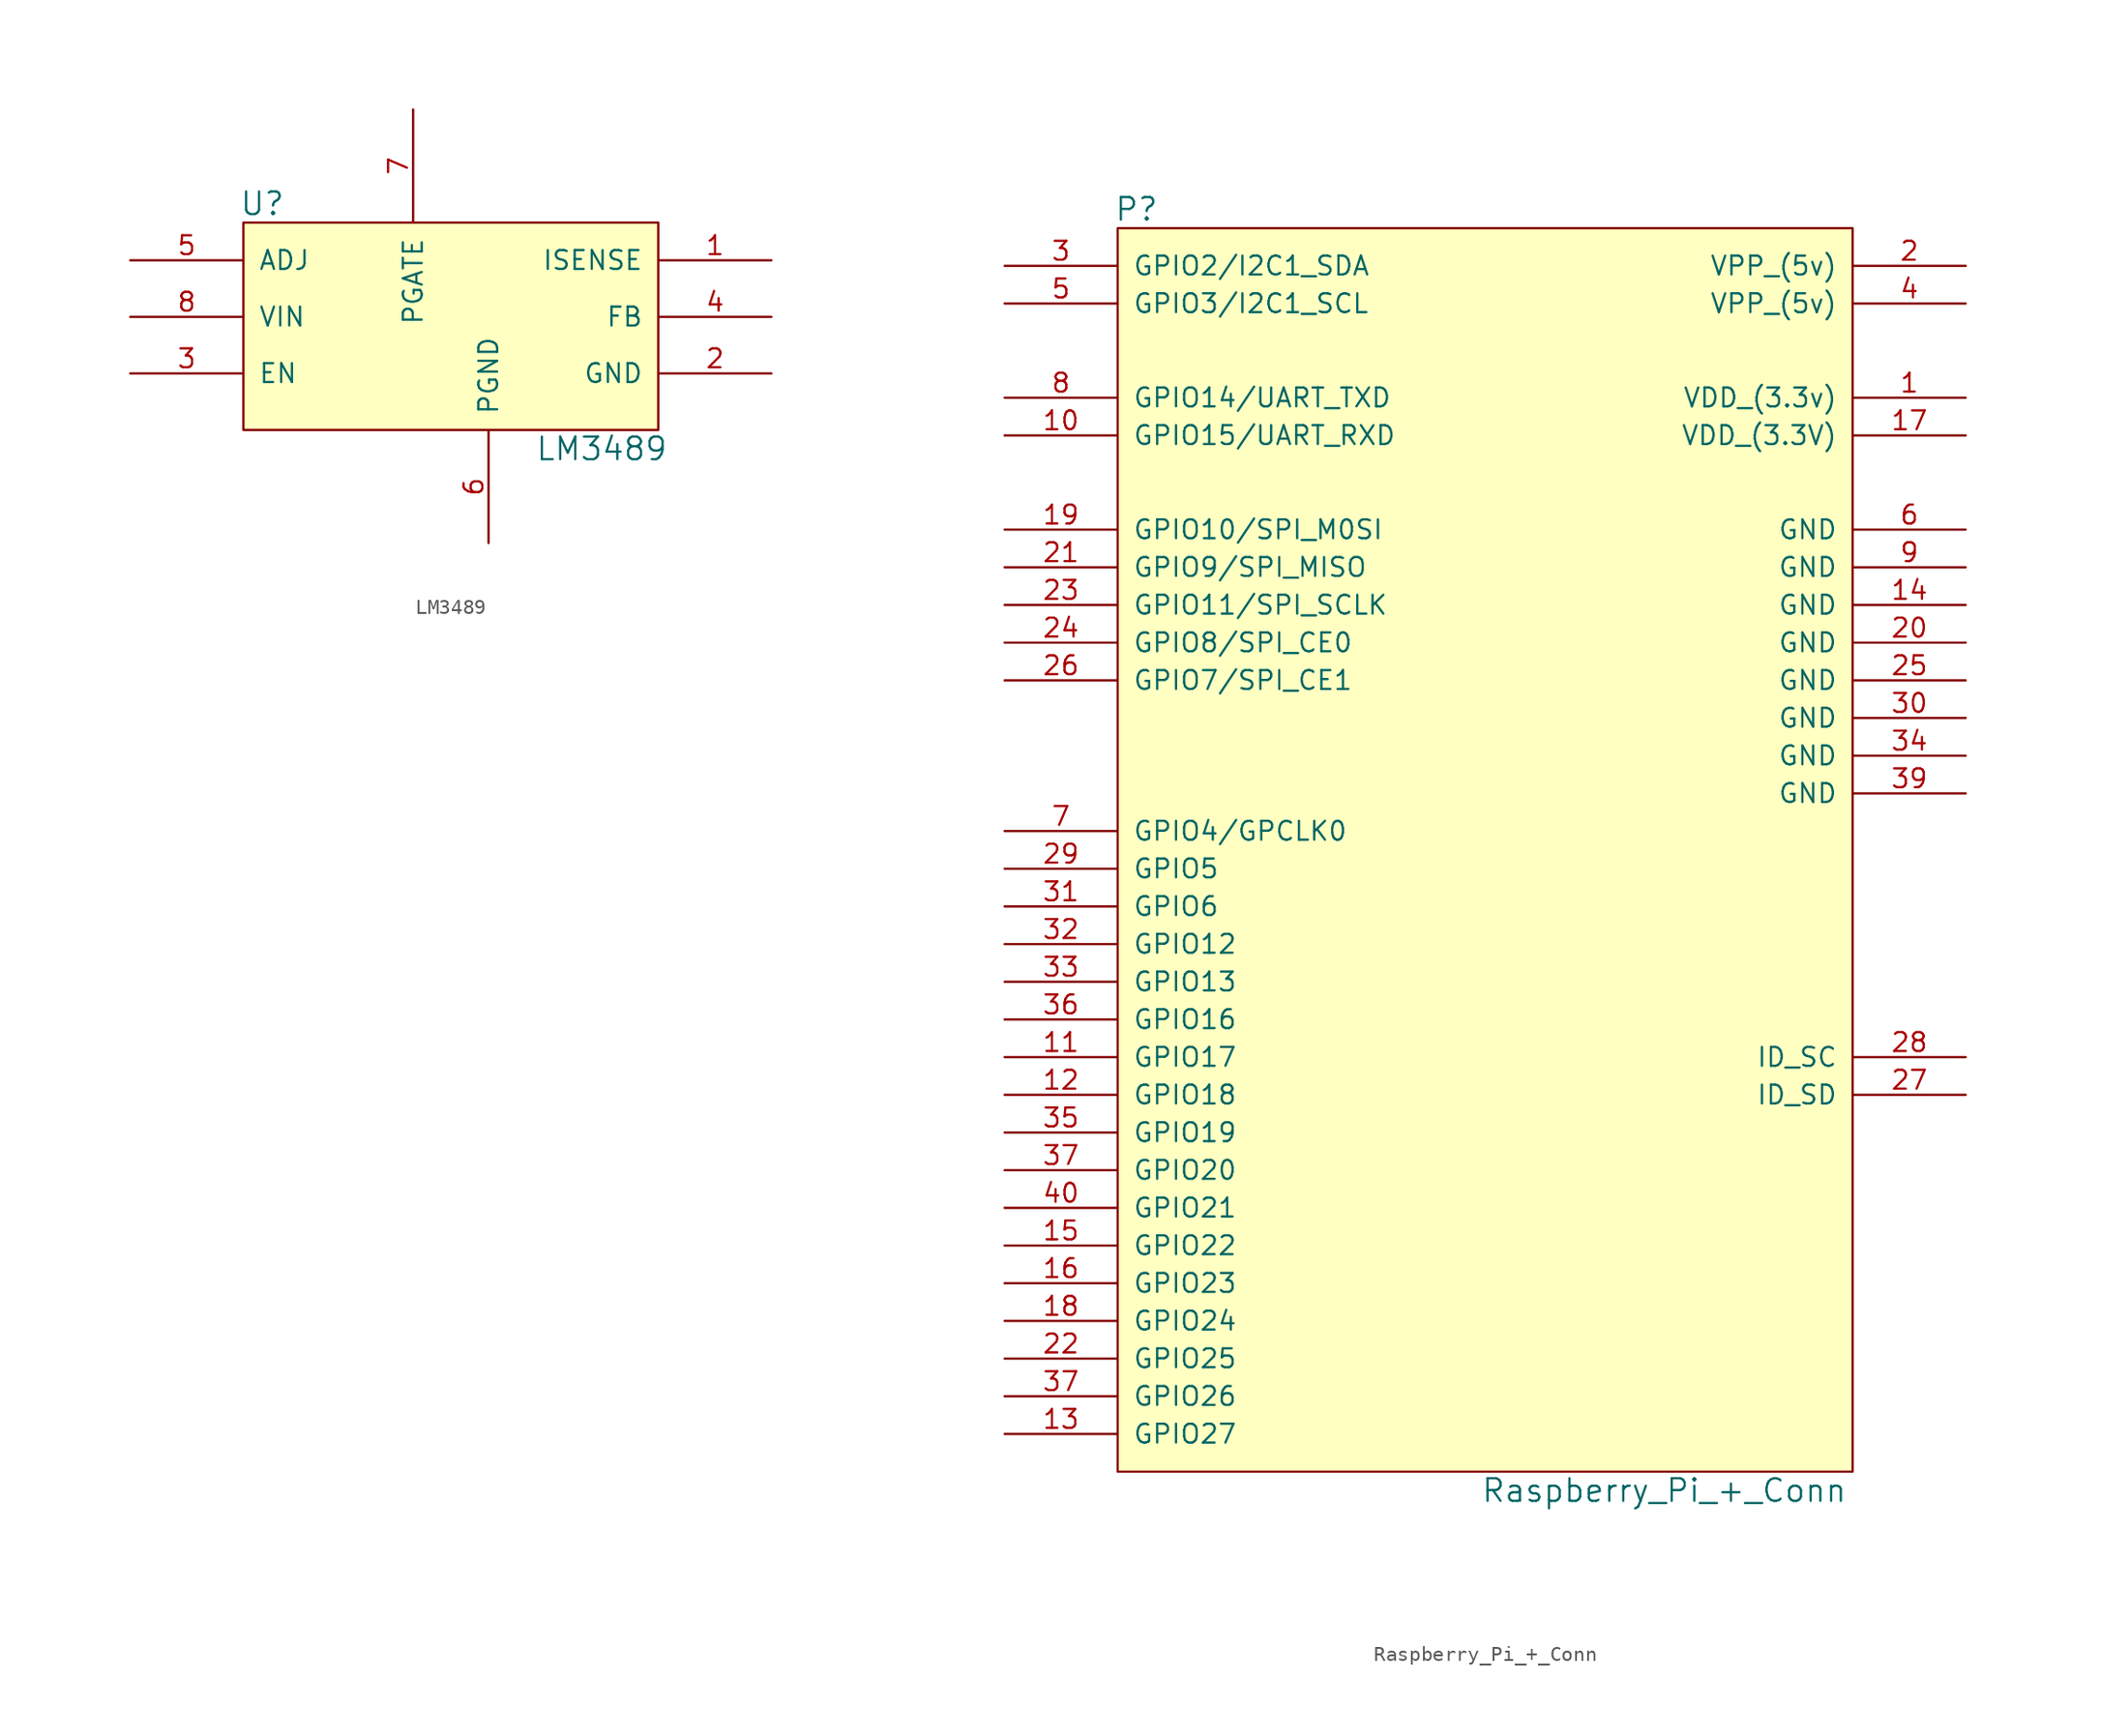
<source format=kicad_sym>
(kicad_symbol_lib
  (version 20211014)
  (generator kicad_symbol_editor)
  (symbol "LM3489"
    (pin_names
      (offset 1.016))
    (property "Reference" "U"
      (at -10.16 1.27 0)
      (effects (font (size 1.524 1.524))))
    (property "Value" "LM3489"
      (at 12.7 -15.24 0)
      (effects (font (size 1.524 1.524))))
    (property "Footprint" ""
      (at 0 0 0)
      (effects (font (size 1.524 1.524))))
    (property "Datasheet" ""
      (at 0 0 0)
      (effects (font (size 1.524 1.524))))
    (symbol "LM3489_0_1"
      (rectangle (start -11.43 0) (end 16.51 -13.97) (stroke (width 0) (type default) (color 0 0 0 0)) (fill (type background))))
    (symbol "LM3489_1_1"
      (pin input line (at 24.13 -2.54 180) (length 7.595) (name "ISENSE" (effects (font (size 1.27 1.27)))) (number "1" (effects (font (size 1.27 1.27)))))
      (pin input line (at 24.13 -10.16 180) (length 7.595) (name "GND" (effects (font (size 1.27 1.27)))) (number "2" (effects (font (size 1.27 1.27)))))
      (pin input line (at -19.05 -10.16 0) (length 7.595) (name "EN" (effects (font (size 1.27 1.27)))) (number "3" (effects (font (size 1.27 1.27)))))
      (pin input line (at 24.13 -6.35 180) (length 7.595) (name "FB" (effects (font (size 1.27 1.27)))) (number "4" (effects (font (size 1.27 1.27)))))
      (pin input line (at -19.05 -2.54 0) (length 7.595) (name "ADJ" (effects (font (size 1.27 1.27)))) (number "5" (effects (font (size 1.27 1.27)))))
      (pin input line (at 5.08 -21.59 90) (length 7.595) (name "PGND" (effects (font (size 1.27 1.27)))) (number "6" (effects (font (size 1.27 1.27)))))
      (pin input line (at 0 7.62 270) (length 7.595) (name "PGATE" (effects (font (size 1.27 1.27)))) (number "7" (effects (font (size 1.27 1.27)))))
      (pin input line (at -19.05 -6.35 0) (length 7.595) (name "VIN" (effects (font (size 1.27 1.27)))) (number "8" (effects (font (size 1.27 1.27)))))))
  (symbol "Raspberry_Pi_+_Conn"
    (pin_names
      (offset 1.016))
    (property "Reference" "P"
      (at -27.94 49.53 0)
      (effects (font (size 1.524 1.524))))
    (property "Value" "Raspberry_Pi_+_Conn"
      (at 7.62 -36.83 0)
      (effects (font (size 1.524 1.524))))
    (property "Footprint" ""
      (at 0 0 0)
      (effects (font (size 1.524 1.524))))
    (property "Datasheet" ""
      (at 0 0 0)
      (effects (font (size 1.524 1.524))))
    (symbol "Raspberry_Pi_+_Conn_0_1"
      (rectangle (start -29.21 48.26) (end 20.32 -35.56) (stroke (width 0) (type default) (color 0 0 0 0)) (fill (type background))))
    (symbol "Raspberry_Pi_+_Conn_1_1"
      (pin input line (at 27.94 36.83 180) (length 7.595) (name "VDD_(3.3v)" (effects (font (size 1.27 1.27)))) (number "1" (effects (font (size 1.27 1.27)))))
      (pin input line (at -36.83 34.29 0) (length 7.595) (name "GPIO15/UART_RXD" (effects (font (size 1.27 1.27)))) (number "10" (effects (font (size 1.27 1.27)))))
      (pin input line (at -36.83 -7.62 0) (length 7.595) (name "GPIO17" (effects (font (size 1.27 1.27)))) (number "11" (effects (font (size 1.27 1.27)))))
      (pin input line (at -36.83 -10.16 0) (length 7.595) (name "GPIO18" (effects (font (size 1.27 1.27)))) (number "12" (effects (font (size 1.27 1.27)))))
      (pin input line (at -36.83 -33.02 0) (length 7.595) (name "GPIO27" (effects (font (size 1.27 1.27)))) (number "13" (effects (font (size 1.27 1.27)))))
      (pin input line (at 27.94 22.86 180) (length 7.595) (name "GND" (effects (font (size 1.27 1.27)))) (number "14" (effects (font (size 1.27 1.27)))))
      (pin input line (at -36.83 -20.32 0) (length 7.595) (name "GPIO22" (effects (font (size 1.27 1.27)))) (number "15" (effects (font (size 1.27 1.27)))))
      (pin input line (at -36.83 -22.86 0) (length 7.595) (name "GPIO23" (effects (font (size 1.27 1.27)))) (number "16" (effects (font (size 1.27 1.27)))))
      (pin input line (at 27.94 34.29 180) (length 7.595) (name "VDD_(3.3V)" (effects (font (size 1.27 1.27)))) (number "17" (effects (font (size 1.27 1.27)))))
      (pin input line (at -36.83 -25.4 0) (length 7.595) (name "GPIO24" (effects (font (size 1.27 1.27)))) (number "18" (effects (font (size 1.27 1.27)))))
      (pin input line (at -36.83 27.94 0) (length 7.595) (name "GPIO10/SPI_M0SI" (effects (font (size 1.27 1.27)))) (number "19" (effects (font (size 1.27 1.27)))))
      (pin input line (at 27.94 45.72 180) (length 7.595) (name "VPP_(5v)" (effects (font (size 1.27 1.27)))) (number "2" (effects (font (size 1.27 1.27)))))
      (pin input line (at 27.94 20.32 180) (length 7.595) (name "GND" (effects (font (size 1.27 1.27)))) (number "20" (effects (font (size 1.27 1.27)))))
      (pin input line (at -36.83 25.4 0) (length 7.595) (name "GPIO9/SPI_MISO" (effects (font (size 1.27 1.27)))) (number "21" (effects (font (size 1.27 1.27)))))
      (pin input line (at -36.83 -27.94 0) (length 7.595) (name "GPIO25" (effects (font (size 1.27 1.27)))) (number "22" (effects (font (size 1.27 1.27)))))
      (pin input line (at -36.83 22.86 0) (length 7.595) (name "GPIO11/SPI_SCLK" (effects (font (size 1.27 1.27)))) (number "23" (effects (font (size 1.27 1.27)))))
      (pin input line (at -36.83 20.32 0) (length 7.595) (name "GPIO8/SPI_CE0" (effects (font (size 1.27 1.27)))) (number "24" (effects (font (size 1.27 1.27)))))
      (pin input line (at 27.94 17.78 180) (length 7.595) (name "GND" (effects (font (size 1.27 1.27)))) (number "25" (effects (font (size 1.27 1.27)))))
      (pin input line (at -36.83 17.78 0) (length 7.595) (name "GPIO7/SPI_CE1" (effects (font (size 1.27 1.27)))) (number "26" (effects (font (size 1.27 1.27)))))
      (pin input line (at 27.94 -10.16 180) (length 7.595) (name "ID_SD" (effects (font (size 1.27 1.27)))) (number "27" (effects (font (size 1.27 1.27)))))
      (pin input line (at 27.94 -7.62 180) (length 7.595) (name "ID_SC" (effects (font (size 1.27 1.27)))) (number "28" (effects (font (size 1.27 1.27)))))
      (pin input line (at -36.83 5.08 0) (length 7.595) (name "GPIO5" (effects (font (size 1.27 1.27)))) (number "29" (effects (font (size 1.27 1.27)))))
      (pin input line (at -36.83 45.72 0) (length 7.595) (name "GPIO2/I2C1_SDA" (effects (font (size 1.27 1.27)))) (number "3" (effects (font (size 1.27 1.27)))))
      (pin input line (at 27.94 15.24 180) (length 7.595) (name "GND" (effects (font (size 1.27 1.27)))) (number "30" (effects (font (size 1.27 1.27)))))
      (pin input line (at -36.83 2.54 0) (length 7.595) (name "GPIO6" (effects (font (size 1.27 1.27)))) (number "31" (effects (font (size 1.27 1.27)))))
      (pin input line (at -36.83 0 0) (length 7.595) (name "GPIO12" (effects (font (size 1.27 1.27)))) (number "32" (effects (font (size 1.27 1.27)))))
      (pin input line (at -36.83 -2.54 0) (length 7.595) (name "GPIO13" (effects (font (size 1.27 1.27)))) (number "33" (effects (font (size 1.27 1.27)))))
      (pin input line (at 27.94 12.7 180) (length 7.595) (name "GND" (effects (font (size 1.27 1.27)))) (number "34" (effects (font (size 1.27 1.27)))))
      (pin input line (at -36.83 -12.7 0) (length 7.595) (name "GPIO19" (effects (font (size 1.27 1.27)))) (number "35" (effects (font (size 1.27 1.27)))))
      (pin input line (at -36.83 -5.08 0) (length 7.595) (name "GPIO16" (effects (font (size 1.27 1.27)))) (number "36" (effects (font (size 1.27 1.27)))))
      (pin input line (at -36.83 -15.24 0) (length 7.595) (name "GPIO20" (effects (font (size 1.27 1.27)))) (number "37" (effects (font (size 1.27 1.27)))))
      (pin input line (at -36.83 -30.48 0) (length 7.595) (name "GPIO26" (effects (font (size 1.27 1.27)))) (number "37" (effects (font (size 1.27 1.27)))))
      (pin input line (at 27.94 10.16 180) (length 7.595) (name "GND" (effects (font (size 1.27 1.27)))) (number "39" (effects (font (size 1.27 1.27)))))
      (pin input line (at 27.94 43.18 180) (length 7.595) (name "VPP_(5v)" (effects (font (size 1.27 1.27)))) (number "4" (effects (font (size 1.27 1.27)))))
      (pin input line (at -36.83 -17.78 0) (length 7.595) (name "GPIO21" (effects (font (size 1.27 1.27)))) (number "40" (effects (font (size 1.27 1.27)))))
      (pin input line (at -36.83 43.18 0) (length 7.595) (name "GPIO3/I2C1_SCL" (effects (font (size 1.27 1.27)))) (number "5" (effects (font (size 1.27 1.27)))))
      (pin input line (at 27.94 27.94 180) (length 7.595) (name "GND" (effects (font (size 1.27 1.27)))) (number "6" (effects (font (size 1.27 1.27)))))
      (pin input line (at -36.83 7.62 0) (length 7.595) (name "GPIO4/GPCLK0" (effects (font (size 1.27 1.27)))) (number "7" (effects (font (size 1.27 1.27)))))
      (pin input line (at -36.83 36.83 0) (length 7.595) (name "GPIO14/UART_TXD" (effects (font (size 1.27 1.27)))) (number "8" (effects (font (size 1.27 1.27)))))
      (pin input line (at 27.94 25.4 180) (length 7.595) (name "GND" (effects (font (size 1.27 1.27)))) (number "9" (effects (font (size 1.27 1.27))))))))
</source>
